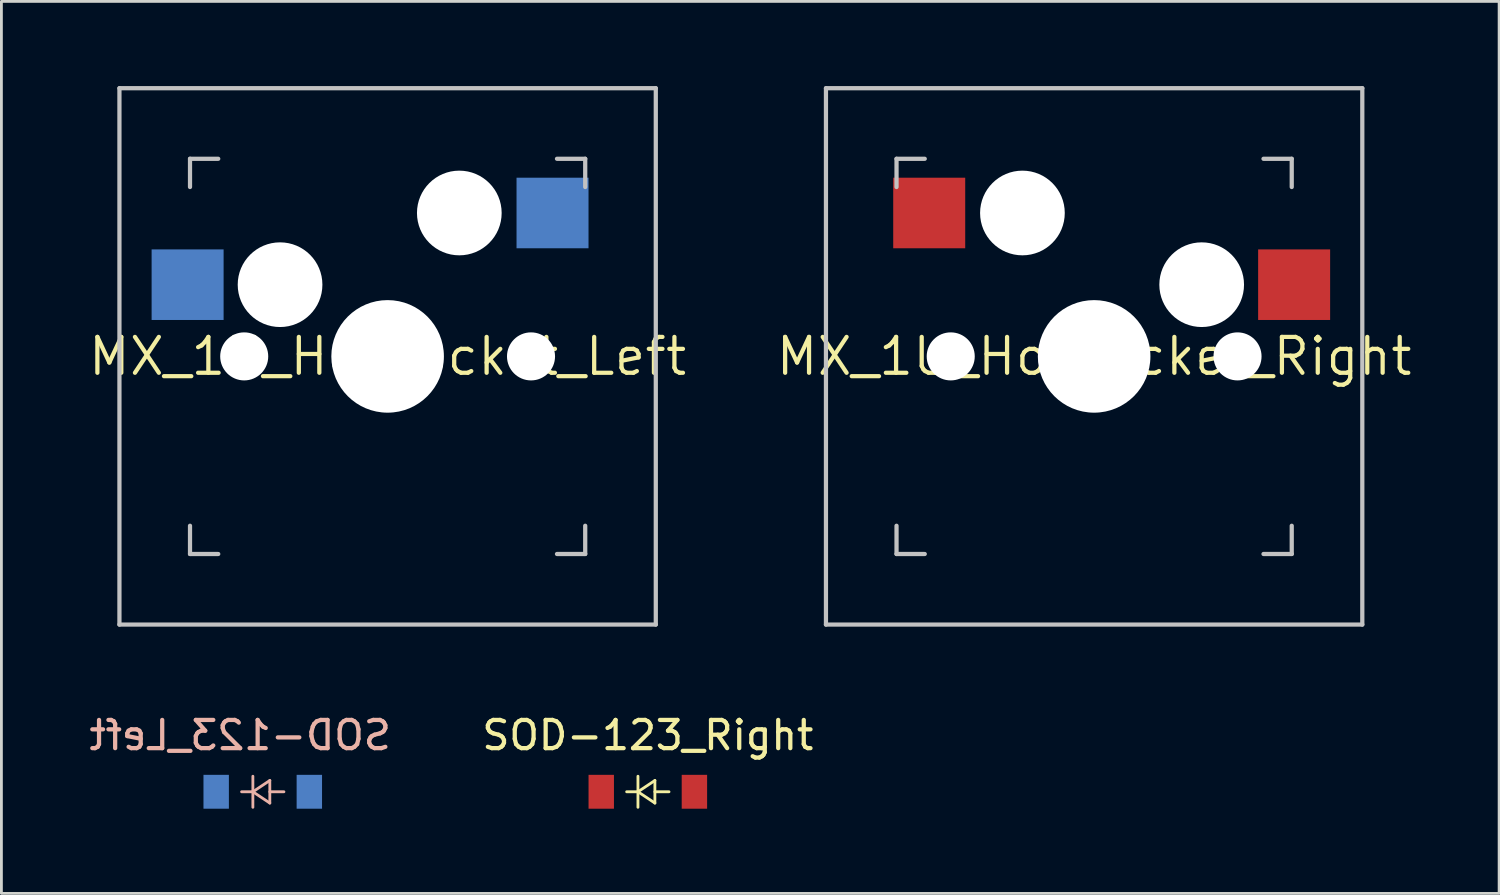
<source format=kicad_pcb>
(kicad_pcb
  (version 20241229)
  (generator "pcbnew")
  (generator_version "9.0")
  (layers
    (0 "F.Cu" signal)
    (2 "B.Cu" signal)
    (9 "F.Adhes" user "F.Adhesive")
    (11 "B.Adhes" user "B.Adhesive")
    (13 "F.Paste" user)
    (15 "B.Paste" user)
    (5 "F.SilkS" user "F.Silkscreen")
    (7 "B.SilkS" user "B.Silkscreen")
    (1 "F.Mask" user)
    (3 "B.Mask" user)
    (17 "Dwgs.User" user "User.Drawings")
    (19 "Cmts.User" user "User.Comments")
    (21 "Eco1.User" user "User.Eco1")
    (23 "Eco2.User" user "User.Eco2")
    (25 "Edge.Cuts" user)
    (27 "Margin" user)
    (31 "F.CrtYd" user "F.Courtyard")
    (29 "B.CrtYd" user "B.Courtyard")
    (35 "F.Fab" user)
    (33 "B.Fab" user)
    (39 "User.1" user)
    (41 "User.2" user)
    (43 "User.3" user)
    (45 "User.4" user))
  (footprint "SOD-123_Right"
    (layer "F.Cu")
    (at 19.899 24.998)
    (property "Reference" "SOD-123_Right" (at 0 -2 180) (layer "F.SilkS") (effects (font (size 1 1) (thickness 0.15))))
    (attr smd)
    (fp_line (start -0.75 0) (end -0.35 0) (stroke (width 0.1) (type solid)) (layer "F.SilkS"))
    (fp_line (start -0.35 0) (end -0.35 -0.55) (stroke (width 0.1) (type solid)) (layer "F.SilkS"))
    (fp_line (start -0.35 0) (end -0.35 0.55) (stroke (width 0.1) (type solid)) (layer "F.SilkS"))
    (fp_line (start -0.35 0) (end 0.25 -0.4) (stroke (width 0.1) (type solid)) (layer "F.SilkS"))
    (fp_line (start 0.25 -0.4) (end 0.25 0.4) (stroke (width 0.1) (type solid)) (layer "F.SilkS"))
    (fp_line (start 0.25 0) (end 0.75 0) (stroke (width 0.1) (type solid)) (layer "F.SilkS"))
    (fp_line (start 0.25 0.4) (end -0.35 0) (stroke (width 0.1) (type solid)) (layer "F.SilkS"))
    (pad "1" smd rect (at -1.65 0) (size 0.9 1.2) (layers "F.Cu" "F.Mask" "F.Paste"))
    (pad "2" smd rect (at 1.65 0) (size 0.9 1.2) (layers "F.Cu" "F.Mask" "F.Paste")))
  (footprint "SOD-123_Left"
    (layer "F.Cu")
    (at 6.258 24.998)
    (property "Reference" "SOD-123_Left" (at -0.8 -2 0) (layer "B.SilkS") (effects (font (size 1 1) (thickness 0.15)) (justify mirror)))
    (attr smd)
    (fp_line (start -0.75 0) (end -0.35 0) (stroke (width 0.1) (type solid)) (layer "B.SilkS"))
    (fp_line (start -0.35 0) (end -0.35 -0.55) (stroke (width 0.1) (type solid)) (layer "B.SilkS"))
    (fp_line (start -0.35 0) (end -0.35 0.55) (stroke (width 0.1) (type solid)) (layer "B.SilkS"))
    (fp_line (start -0.35 0) (end 0.25 -0.4) (stroke (width 0.1) (type solid)) (layer "B.SilkS"))
    (fp_line (start 0.25 -0.4) (end 0.25 0.4) (stroke (width 0.1) (type solid)) (layer "B.SilkS"))
    (fp_line (start 0.25 0) (end 0.75 0) (stroke (width 0.1) (type solid)) (layer "B.SilkS"))
    (fp_line (start 0.25 0.4) (end -0.35 0) (stroke (width 0.1) (type solid)) (layer "B.SilkS"))
    (pad "1" smd rect (at -1.65 0) (size 0.9 1.2) (layers "B.Cu" "B.Mask" "B.Paste"))
    (pad "2" smd rect (at 1.65 0) (size 0.9 1.2) (layers "B.Cu" "B.Mask" "B.Paste")))
  (footprint "MX_1U_HotSocket_Left"
    (layer "F.Cu")
    (at 10.681 9.575)
    (property "Reference" "MX_1U_HotSocket_Left" (at 0 0 0) (layer "F.SilkS") (effects (font (size 1.27 1.27) (thickness 0.15))))
    (attr smd)
    (fp_line (start -9.5 -9.5) (end 9.5 -9.5) (stroke (width 0.15) (type solid)) (layer "Dwgs.User"))
    (fp_line (start -9.5 9.5) (end -9.5 -9.5) (stroke (width 0.15) (type solid)) (layer "Dwgs.User"))
    (fp_line (start -7 -6) (end -7 -7) (stroke (width 0.15) (type solid)) (layer "Dwgs.User"))
    (fp_line (start -7 7) (end -7 6) (stroke (width 0.15) (type solid)) (layer "Dwgs.User"))
    (fp_line (start -7 7) (end -6 7) (stroke (width 0.15) (type solid)) (layer "Dwgs.User"))
    (fp_line (start -6 -7) (end -7 -7) (stroke (width 0.15) (type solid)) (layer "Dwgs.User"))
    (fp_line (start 6 7) (end 7 7) (stroke (width 0.15) (type solid)) (layer "Dwgs.User"))
    (fp_line (start 7 -7) (end 6 -7) (stroke (width 0.15) (type solid)) (layer "Dwgs.User"))
    (fp_line (start 7 -7) (end 7 -6) (stroke (width 0.15) (type solid)) (layer "Dwgs.User"))
    (fp_line (start 7 6) (end 7 7) (stroke (width 0.15) (type solid)) (layer "Dwgs.User"))
    (fp_line (start 9.5 -9.5) (end 9.5 9.5) (stroke (width 0.15) (type solid)) (layer "Dwgs.User"))
    (fp_line (start 9.5 9.5) (end -9.5 9.5) (stroke (width 0.15) (type solid)) (layer "Dwgs.User"))
    (pad "" np_thru_hole circle (at -5.08 0) (size 1.702 1.702) (drill 1.702) (layers "*.Cu" "*.Mask"))
    (pad "" np_thru_hole circle (at -3.81 -2.54) (size 3 3) (drill 3) (layers "*.Cu" "*.Mask"))
    (pad "" np_thru_hole circle (at 0 0) (size 3.988 3.988) (drill 3.988) (layers "*.Cu" "*.Mask"))
    (pad "" np_thru_hole circle (at 2.54 -5.08) (size 3 3) (drill 3) (layers "*.Cu" "*.Mask"))
    (pad "" np_thru_hole circle (at 5.08 0) (size 1.702 1.702) (drill 1.702) (layers "*.Cu" "*.Mask"))
    (pad "1" smd rect (at -7.085 -2.54 180) (size 2.55 2.5) (layers "B.Cu" "B.Mask" "B.Paste"))
    (pad "2" smd rect (at 5.842 -5.08 180) (size 2.55 2.5) (layers "B.Cu" "B.Mask" "B.Paste")))
  (footprint "MX_1U_HotSocket_Right"
    (layer "F.Cu")
    (at 35.709 9.575)
    (property "Reference" "MX_1U_HotSocket_Right" (at 0 0 0) (layer "F.SilkS") (effects (font (size 1.27 1.27) (thickness 0.15))))
    (attr smd)
    (fp_line (start -9.5 -9.5) (end 9.5 -9.5) (stroke (width 0.15) (type solid)) (layer "Dwgs.User"))
    (fp_line (start -9.5 9.5) (end -9.5 -9.5) (stroke (width 0.15) (type solid)) (layer "Dwgs.User"))
    (fp_line (start -7 -6) (end -7 -7) (stroke (width 0.15) (type solid)) (layer "Dwgs.User"))
    (fp_line (start -7 7) (end -7 6) (stroke (width 0.15) (type solid)) (layer "Dwgs.User"))
    (fp_line (start -7 7) (end -6 7) (stroke (width 0.15) (type solid)) (layer "Dwgs.User"))
    (fp_line (start -6 -7) (end -7 -7) (stroke (width 0.15) (type solid)) (layer "Dwgs.User"))
    (fp_line (start 6 7) (end 7 7) (stroke (width 0.15) (type solid)) (layer "Dwgs.User"))
    (fp_line (start 7 -7) (end 6 -7) (stroke (width 0.15) (type solid)) (layer "Dwgs.User"))
    (fp_line (start 7 -7) (end 7 -6) (stroke (width 0.15) (type solid)) (layer "Dwgs.User"))
    (fp_line (start 7 6) (end 7 7) (stroke (width 0.15) (type solid)) (layer "Dwgs.User"))
    (fp_line (start 9.5 -9.5) (end 9.5 9.5) (stroke (width 0.15) (type solid)) (layer "Dwgs.User"))
    (fp_line (start 9.5 9.5) (end -9.5 9.5) (stroke (width 0.15) (type solid)) (layer "Dwgs.User"))
    (pad "" np_thru_hole circle (at -5.08 0) (size 1.702 1.702) (drill 1.702) (layers "*.Cu" "*.Mask"))
    (pad "" np_thru_hole circle (at -2.54 -5.08) (size 3 3) (drill 3) (layers "*.Cu" "*.Mask"))
    (pad "" np_thru_hole circle (at 0 0) (size 3.988 3.988) (drill 3.988) (layers "*.Cu" "*.Mask"))
    (pad "" np_thru_hole circle (at 3.81 -2.54) (size 3 3) (drill 3) (layers "*.Cu" "*.Mask"))
    (pad "" np_thru_hole circle (at 5.08 0) (size 1.702 1.702) (drill 1.702) (layers "*.Cu" "*.Mask"))
    (pad "1" smd rect (at 7.085 -2.54 180) (size 2.55 2.5) (layers "F.Cu" "F.Mask" "F.Paste"))
    (pad "2" smd rect (at -5.842 -5.08 180) (size 2.55 2.5) (layers "F.Cu" "F.Mask" "F.Paste")))
  (gr_rect
    (start -3 -3)
    (end 50.056 28.598)
    (stroke (width 0.1) (type default))
    (fill no)
    (layer "Edge.Cuts")))
</source>
